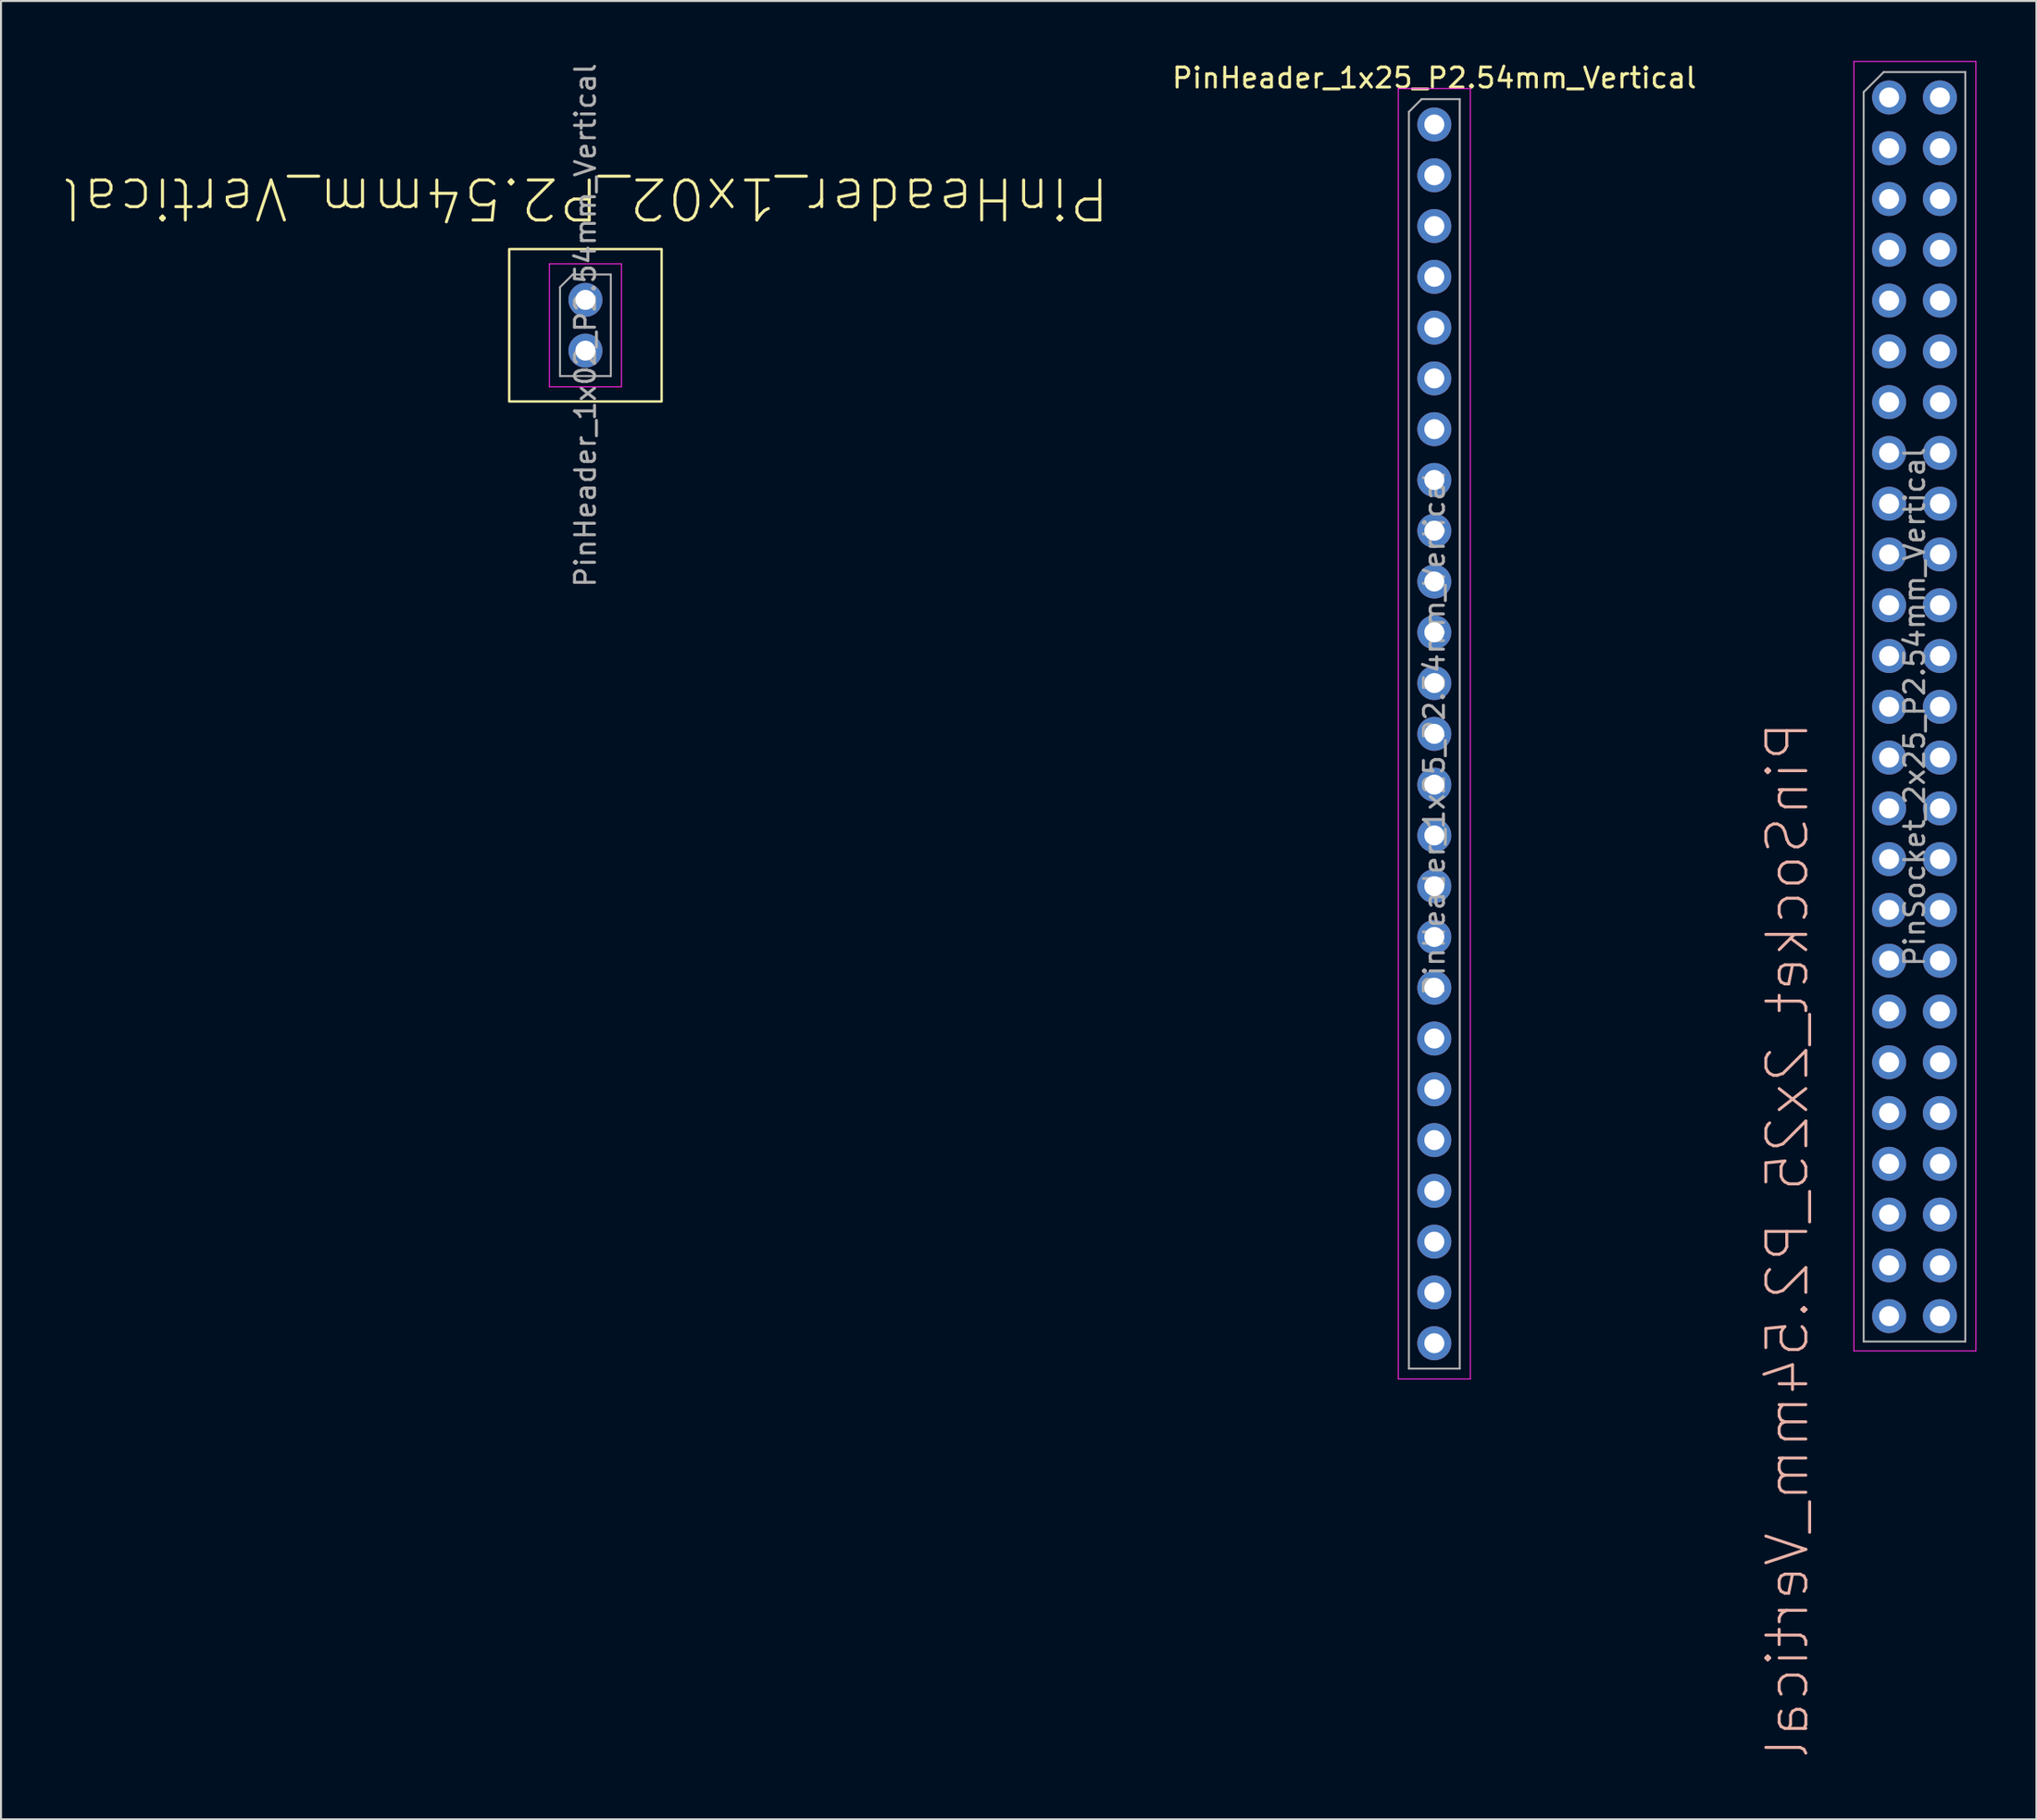
<source format=kicad_pcb>
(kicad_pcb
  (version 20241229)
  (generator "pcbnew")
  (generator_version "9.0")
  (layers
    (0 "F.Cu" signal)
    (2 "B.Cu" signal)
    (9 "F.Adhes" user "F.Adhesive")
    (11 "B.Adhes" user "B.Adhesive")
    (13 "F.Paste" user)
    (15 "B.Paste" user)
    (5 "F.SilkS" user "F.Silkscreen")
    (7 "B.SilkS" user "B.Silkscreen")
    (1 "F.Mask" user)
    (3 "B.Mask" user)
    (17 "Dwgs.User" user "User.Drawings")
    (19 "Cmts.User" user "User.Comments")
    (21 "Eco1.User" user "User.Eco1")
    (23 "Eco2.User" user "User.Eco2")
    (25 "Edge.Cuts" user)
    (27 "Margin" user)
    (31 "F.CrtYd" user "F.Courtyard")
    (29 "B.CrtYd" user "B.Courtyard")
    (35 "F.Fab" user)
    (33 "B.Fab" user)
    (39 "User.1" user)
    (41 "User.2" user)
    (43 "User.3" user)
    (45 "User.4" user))
  (footprint "PinSocket_2x25_P2.54mm_Vertical"
    (layer "F.Cu")
    (at 93.925 1.825)
    (property "Reference" "PinSocket_2x25_P2.54mm_Vertical" (at -7.62 57.15 90) (unlocked yes) (layer "B.SilkS") (effects (font (size 2 2) (thickness 0.15)) (justify mirror)))
    (attr through_hole)
    (fp_line (start -4.3 -1.8) (end -4.3 62.7) (stroke (width 0.05) (type solid)) (layer "F.CrtYd"))
    (fp_line (start -4.3 62.7) (end 1.8 62.7) (stroke (width 0.05) (type solid)) (layer "F.CrtYd"))
    (fp_line (start 1.8 -1.8) (end -4.3 -1.8) (stroke (width 0.05) (type solid)) (layer "F.CrtYd"))
    (fp_line (start 1.8 62.7) (end 1.8 -1.8) (stroke (width 0.05) (type solid)) (layer "F.CrtYd"))
    (fp_line (start -3.81 -0.27) (end -3.81 62.23) (stroke (width 0.1) (type solid)) (layer "F.Fab"))
    (fp_line (start -3.81 62.23) (end 1.27 62.23) (stroke (width 0.1) (type solid)) (layer "F.Fab"))
    (fp_line (start -2.81 -1.27) (end -3.81 -0.27) (stroke (width 0.1) (type solid)) (layer "F.Fab"))
    (fp_line (start 1.27 -1.27) (end -2.81 -1.27) (stroke (width 0.1) (type solid)) (layer "F.Fab"))
    (fp_line (start 1.27 62.23) (end 1.27 -1.27) (stroke (width 0.1) (type solid)) (layer "F.Fab"))
    (fp_text user "${REFERENCE}" (at -1.27 30.48 90) (layer "F.Fab") (effects (font (size 1 1) (thickness 0.15))))
    (pad "1" thru_hole circle (at -2.54 0) (size 1.7 1.7) (drill 1) (layers "*.Cu" "*.Mask"))
    (pad "2" thru_hole oval (at -2.54 2.54) (size 1.7 1.7) (drill 1) (layers "*.Cu" "*.Mask"))
    (pad "3" thru_hole oval (at -2.54 5.08) (size 1.7 1.7) (drill 1) (layers "*.Cu" "*.Mask"))
    (pad "4" thru_hole oval (at -2.54 7.62) (size 1.7 1.7) (drill 1) (layers "*.Cu" "*.Mask"))
    (pad "5" thru_hole oval (at -2.54 10.16) (size 1.7 1.7) (drill 1) (layers "*.Cu" "*.Mask"))
    (pad "6" thru_hole oval (at -2.54 12.7) (size 1.7 1.7) (drill 1) (layers "*.Cu" "*.Mask"))
    (pad "7" thru_hole oval (at -2.54 15.24) (size 1.7 1.7) (drill 1) (layers "*.Cu" "*.Mask"))
    (pad "8" thru_hole oval (at -2.54 17.78) (size 1.7 1.7) (drill 1) (layers "*.Cu" "*.Mask"))
    (pad "9" thru_hole oval (at -2.54 20.32) (size 1.7 1.7) (drill 1) (layers "*.Cu" "*.Mask"))
    (pad "10" thru_hole oval (at -2.54 22.86) (size 1.7 1.7) (drill 1) (layers "*.Cu" "*.Mask"))
    (pad "11" thru_hole oval (at -2.54 25.4) (size 1.7 1.7) (drill 1) (layers "*.Cu" "*.Mask"))
    (pad "12" thru_hole oval (at -2.54 27.94) (size 1.7 1.7) (drill 1) (layers "*.Cu" "*.Mask"))
    (pad "13" thru_hole oval (at -2.54 30.48) (size 1.7 1.7) (drill 1) (layers "*.Cu" "*.Mask"))
    (pad "14" thru_hole oval (at -2.54 33.02) (size 1.7 1.7) (drill 1) (layers "*.Cu" "*.Mask"))
    (pad "15" thru_hole oval (at -2.54 35.56) (size 1.7 1.7) (drill 1) (layers "*.Cu" "*.Mask"))
    (pad "16" thru_hole oval (at -2.54 38.1) (size 1.7 1.7) (drill 1) (layers "*.Cu" "*.Mask"))
    (pad "17" thru_hole oval (at -2.54 40.64) (size 1.7 1.7) (drill 1) (layers "*.Cu" "*.Mask"))
    (pad "18" thru_hole oval (at -2.54 43.18) (size 1.7 1.7) (drill 1) (layers "*.Cu" "*.Mask"))
    (pad "19" thru_hole oval (at -2.54 45.72) (size 1.7 1.7) (drill 1) (layers "*.Cu" "*.Mask"))
    (pad "20" thru_hole oval (at -2.54 48.26) (size 1.7 1.7) (drill 1) (layers "*.Cu" "*.Mask"))
    (pad "21" thru_hole oval (at -2.54 50.8) (size 1.7 1.7) (drill 1) (layers "*.Cu" "*.Mask"))
    (pad "22" thru_hole oval (at -2.54 53.34) (size 1.7 1.7) (drill 1) (layers "*.Cu" "*.Mask"))
    (pad "23" thru_hole oval (at -2.54 55.88) (size 1.7 1.7) (drill 1) (layers "*.Cu" "*.Mask"))
    (pad "24" thru_hole oval (at -2.54 58.42) (size 1.7 1.7) (drill 1) (layers "*.Cu" "*.Mask"))
    (pad "25" thru_hole oval (at -2.54 60.96) (size 1.7 1.7) (drill 1) (layers "*.Cu" "*.Mask"))
    (pad "26" thru_hole oval (at 0 0) (size 1.7 1.7) (drill 1) (layers "*.Cu" "*.Mask"))
    (pad "27" thru_hole oval (at 0 2.54) (size 1.7 1.7) (drill 1) (layers "*.Cu" "*.Mask"))
    (pad "28" thru_hole oval (at 0 5.08) (size 1.7 1.7) (drill 1) (layers "*.Cu" "*.Mask"))
    (pad "29" thru_hole oval (at 0 7.62) (size 1.7 1.7) (drill 1) (layers "*.Cu" "*.Mask"))
    (pad "30" thru_hole oval (at 0 10.16) (size 1.7 1.7) (drill 1) (layers "*.Cu" "*.Mask"))
    (pad "31" thru_hole oval (at 0 12.7) (size 1.7 1.7) (drill 1) (layers "*.Cu" "*.Mask"))
    (pad "32" thru_hole oval (at 0 15.24) (size 1.7 1.7) (drill 1) (layers "*.Cu" "*.Mask"))
    (pad "33" thru_hole oval (at 0 17.78) (size 1.7 1.7) (drill 1) (layers "*.Cu" "*.Mask"))
    (pad "34" thru_hole oval (at 0 20.32) (size 1.7 1.7) (drill 1) (layers "*.Cu" "*.Mask"))
    (pad "35" thru_hole oval (at 0 22.86) (size 1.7 1.7) (drill 1) (layers "*.Cu" "*.Mask"))
    (pad "36" thru_hole oval (at 0 25.4) (size 1.7 1.7) (drill 1) (layers "*.Cu" "*.Mask"))
    (pad "37" thru_hole oval (at 0 27.94) (size 1.7 1.7) (drill 1) (layers "*.Cu" "*.Mask"))
    (pad "38" thru_hole oval (at 0 30.48) (size 1.7 1.7) (drill 1) (layers "*.Cu" "*.Mask"))
    (pad "39" thru_hole oval (at 0 33.02) (size 1.7 1.7) (drill 1) (layers "*.Cu" "*.Mask"))
    (pad "40" thru_hole oval (at 0 35.56) (size 1.7 1.7) (drill 1) (layers "*.Cu" "*.Mask"))
    (pad "41" thru_hole oval (at 0 38.1) (size 1.7 1.7) (drill 1) (layers "*.Cu" "*.Mask"))
    (pad "42" thru_hole oval (at 0 40.64) (size 1.7 1.7) (drill 1) (layers "*.Cu" "*.Mask"))
    (pad "43" thru_hole oval (at 0 43.18) (size 1.7 1.7) (drill 1) (layers "*.Cu" "*.Mask"))
    (pad "44" thru_hole oval (at 0 45.72) (size 1.7 1.7) (drill 1) (layers "*.Cu" "*.Mask"))
    (pad "45" thru_hole oval (at 0 48.26) (size 1.7 1.7) (drill 1) (layers "*.Cu" "*.Mask"))
    (pad "46" thru_hole oval (at 0 50.8) (size 1.7 1.7) (drill 1) (layers "*.Cu" "*.Mask"))
    (pad "47" thru_hole oval (at 0 53.34) (size 1.7 1.7) (drill 1) (layers "*.Cu" "*.Mask"))
    (pad "48" thru_hole oval (at 0 55.88) (size 1.7 1.7) (drill 1) (layers "*.Cu" "*.Mask"))
    (pad "49" thru_hole oval (at 0 58.42) (size 1.7 1.7) (drill 1) (layers "*.Cu" "*.Mask"))
    (pad "50" thru_hole oval (at 0 60.96) (size 1.7 1.7) (drill 1) (layers "*.Cu" "*.Mask")))
  (footprint "PinHeader_1x25_P2.54mm_Vertical"
    (layer "F.Cu")
    (at 68.651 3.178)
    (property "Reference" "PinHeader_1x25_P2.54mm_Vertical" (at 0 -2.33 0) (layer "F.SilkS") (effects (font (size 1 1) (thickness 0.15))))
    (attr through_hole)
    (fp_line (start -1.8 -1.8) (end -1.8 62.75) (stroke (width 0.05) (type solid)) (layer "F.CrtYd"))
    (fp_line (start -1.8 62.75) (end 1.8 62.75) (stroke (width 0.05) (type solid)) (layer "F.CrtYd"))
    (fp_line (start 1.8 -1.8) (end -1.8 -1.8) (stroke (width 0.05) (type solid)) (layer "F.CrtYd"))
    (fp_line (start 1.8 62.75) (end 1.8 -1.8) (stroke (width 0.05) (type solid)) (layer "F.CrtYd"))
    (fp_line (start -1.27 -0.635) (end -0.635 -1.27) (stroke (width 0.1) (type solid)) (layer "F.Fab"))
    (fp_line (start -1.27 62.23) (end -1.27 -0.635) (stroke (width 0.1) (type solid)) (layer "F.Fab"))
    (fp_line (start -0.635 -1.27) (end 1.27 -1.27) (stroke (width 0.1) (type solid)) (layer "F.Fab"))
    (fp_line (start 1.27 -1.27) (end 1.27 62.23) (stroke (width 0.1) (type solid)) (layer "F.Fab"))
    (fp_line (start 1.27 62.23) (end -1.27 62.23) (stroke (width 0.1) (type solid)) (layer "F.Fab"))
    (fp_text user "${REFERENCE}" (at 0 30.48 270) (layer "F.Fab") (effects (font (size 1 1) (thickness 0.15))))
    (pad "1" thru_hole circle (at 0 0) (size 1.7 1.7) (drill 1) (layers "*.Cu" "*.Mask"))
    (pad "2" thru_hole oval (at 0 2.54) (size 1.7 1.7) (drill 1) (layers "*.Cu" "*.Mask"))
    (pad "3" thru_hole oval (at 0 5.08) (size 1.7 1.7) (drill 1) (layers "*.Cu" "*.Mask"))
    (pad "4" thru_hole oval (at 0 7.62) (size 1.7 1.7) (drill 1) (layers "*.Cu" "*.Mask"))
    (pad "5" thru_hole oval (at 0 10.16) (size 1.7 1.7) (drill 1) (layers "*.Cu" "*.Mask"))
    (pad "6" thru_hole oval (at 0 12.7) (size 1.7 1.7) (drill 1) (layers "*.Cu" "*.Mask"))
    (pad "7" thru_hole oval (at 0 15.24) (size 1.7 1.7) (drill 1) (layers "*.Cu" "*.Mask"))
    (pad "8" thru_hole oval (at 0 17.78) (size 1.7 1.7) (drill 1) (layers "*.Cu" "*.Mask"))
    (pad "9" thru_hole oval (at 0 20.32) (size 1.7 1.7) (drill 1) (layers "*.Cu" "*.Mask"))
    (pad "10" thru_hole oval (at 0 22.86) (size 1.7 1.7) (drill 1) (layers "*.Cu" "*.Mask"))
    (pad "11" thru_hole oval (at 0 25.4) (size 1.7 1.7) (drill 1) (layers "*.Cu" "*.Mask"))
    (pad "12" thru_hole oval (at 0 27.94) (size 1.7 1.7) (drill 1) (layers "*.Cu" "*.Mask"))
    (pad "13" thru_hole oval (at 0 30.48) (size 1.7 1.7) (drill 1) (layers "*.Cu" "*.Mask"))
    (pad "14" thru_hole oval (at 0 33.02) (size 1.7 1.7) (drill 1) (layers "*.Cu" "*.Mask"))
    (pad "15" thru_hole oval (at 0 35.56) (size 1.7 1.7) (drill 1) (layers "*.Cu" "*.Mask"))
    (pad "16" thru_hole oval (at 0 38.1) (size 1.7 1.7) (drill 1) (layers "*.Cu" "*.Mask"))
    (pad "17" thru_hole oval (at 0 40.64) (size 1.7 1.7) (drill 1) (layers "*.Cu" "*.Mask"))
    (pad "18" thru_hole oval (at 0 43.18) (size 1.7 1.7) (drill 1) (layers "*.Cu" "*.Mask"))
    (pad "19" thru_hole oval (at 0 45.72) (size 1.7 1.7) (drill 1) (layers "*.Cu" "*.Mask"))
    (pad "20" thru_hole oval (at 0 48.26) (size 1.7 1.7) (drill 1) (layers "*.Cu" "*.Mask"))
    (pad "21" thru_hole oval (at 0 50.8) (size 1.7 1.7) (drill 1) (layers "*.Cu" "*.Mask"))
    (pad "22" thru_hole oval (at 0 53.34) (size 1.7 1.7) (drill 1) (layers "*.Cu" "*.Mask"))
    (pad "23" thru_hole oval (at 0 55.88) (size 1.7 1.7) (drill 1) (layers "*.Cu" "*.Mask"))
    (pad "24" thru_hole oval (at 0 58.42) (size 1.7 1.7) (drill 1) (layers "*.Cu" "*.Mask"))
    (pad "25" thru_hole oval (at 0 60.96) (size 1.7 1.7) (drill 1) (layers "*.Cu" "*.Mask")))
  (footprint "PinHeader_1x02_P2.54mm_Vertical"
    (layer "F.Cu")
    (at 26.215 11.95)
    (property "Reference" "PinHeader_1x02_P2.54mm_Vertical" (at 0 -5.08 180) (unlocked yes) (layer "F.SilkS") (effects (font (size 2 2) (thickness 0.15))))
    (attr through_hole)
    (fp_rect (start -3.81 -2.54) (end 3.81 5.08) (stroke (width 0.12) (type solid)) (fill no) (layer "F.SilkS"))
    (fp_line (start -1.8 -1.8) (end -1.8 4.35) (stroke (width 0.05) (type solid)) (layer "F.CrtYd"))
    (fp_line (start -1.8 4.35) (end 1.8 4.35) (stroke (width 0.05) (type solid)) (layer "F.CrtYd"))
    (fp_line (start 1.8 -1.8) (end -1.8 -1.8) (stroke (width 0.05) (type solid)) (layer "F.CrtYd"))
    (fp_line (start 1.8 4.35) (end 1.8 -1.8) (stroke (width 0.05) (type solid)) (layer "F.CrtYd"))
    (fp_line (start -1.27 -0.635) (end -0.635 -1.27) (stroke (width 0.1) (type solid)) (layer "F.Fab"))
    (fp_line (start -1.27 3.81) (end -1.27 -0.635) (stroke (width 0.1) (type solid)) (layer "F.Fab"))
    (fp_line (start -0.635 -1.27) (end 1.27 -1.27) (stroke (width 0.1) (type solid)) (layer "F.Fab"))
    (fp_line (start 1.27 -1.27) (end 1.27 3.81) (stroke (width 0.1) (type solid)) (layer "F.Fab"))
    (fp_line (start 1.27 3.81) (end -1.27 3.81) (stroke (width 0.1) (type solid)) (layer "F.Fab"))
    (fp_text user "${REFERENCE}" (at 0 1.27 270) (layer "F.Fab") (effects (font (size 1 1) (thickness 0.15))))
    (pad "1" thru_hole circle (at 0 0) (size 1.7 1.7) (drill 1) (layers "*.Cu" "*.Mask"))
    (pad "2" thru_hole oval (at 0 2.54) (size 1.7 1.7) (drill 1) (layers "*.Cu" "*.Mask")))
  (gr_rect
    (start -3 -3)
    (end 98.75 87.952)
    (stroke (width 0.1) (type default))
    (fill no)
    (layer "Edge.Cuts")))
</source>
